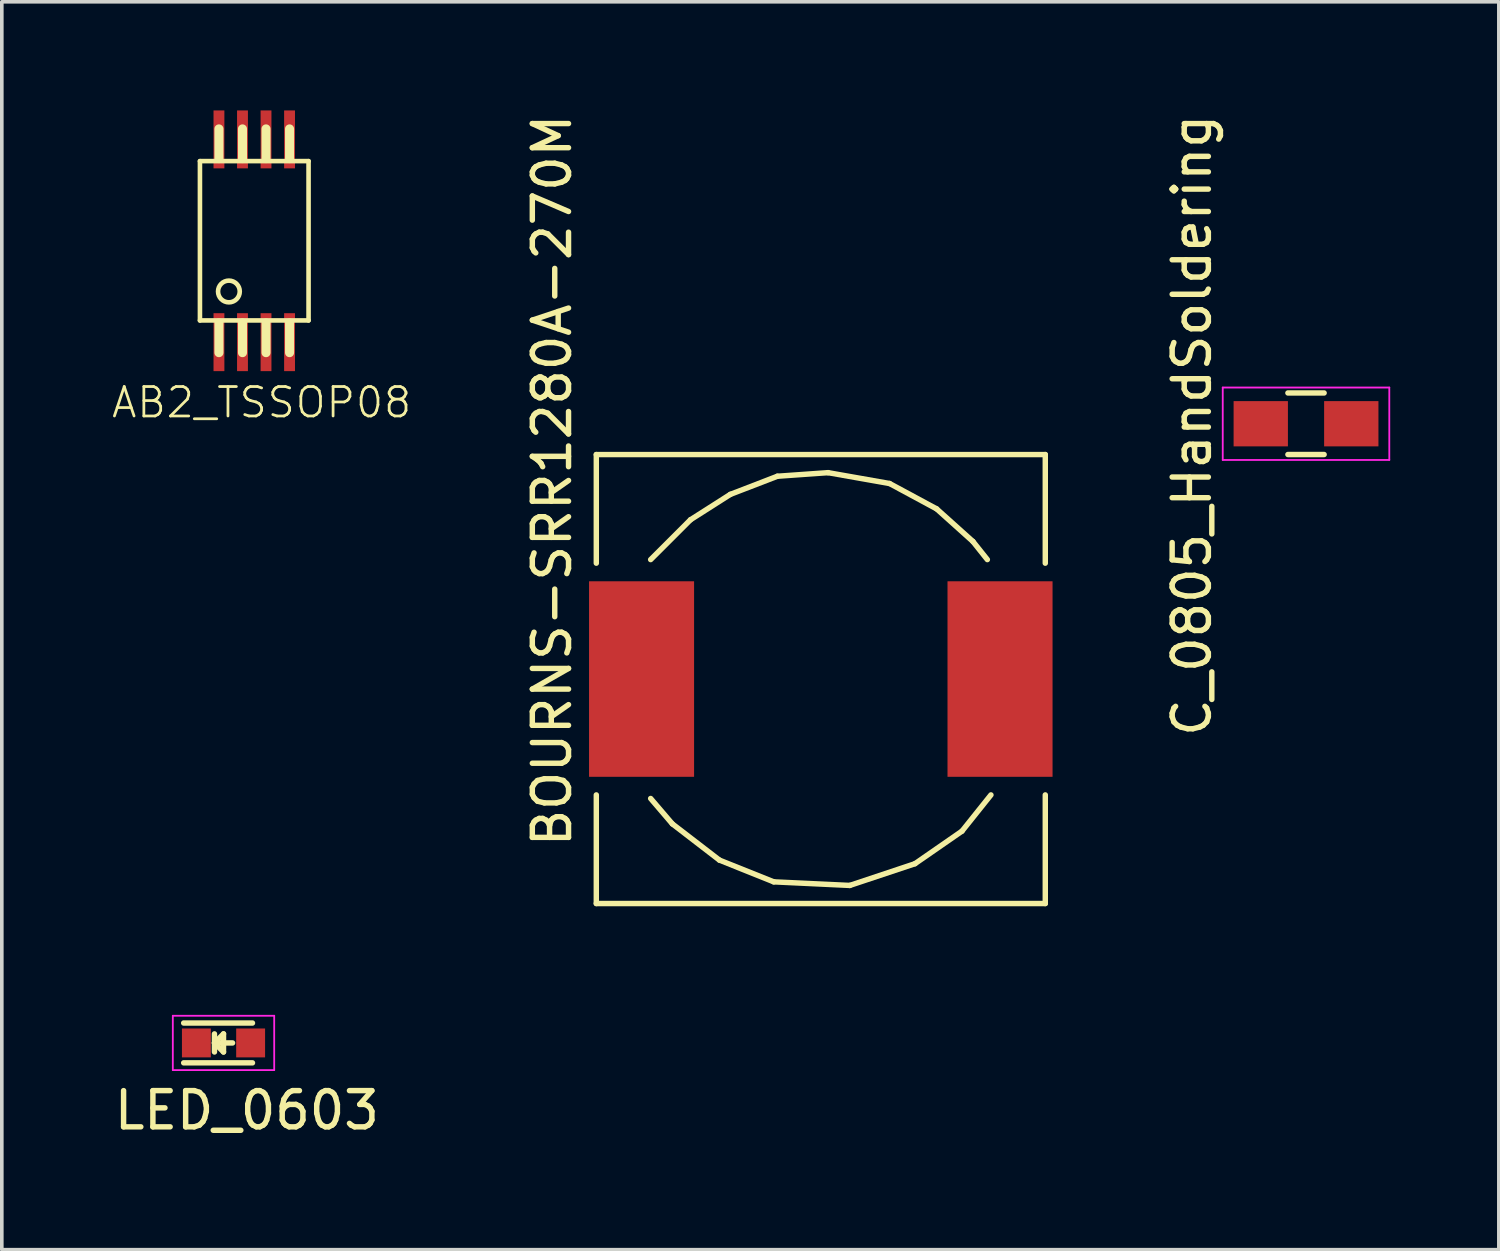
<source format=kicad_pcb>
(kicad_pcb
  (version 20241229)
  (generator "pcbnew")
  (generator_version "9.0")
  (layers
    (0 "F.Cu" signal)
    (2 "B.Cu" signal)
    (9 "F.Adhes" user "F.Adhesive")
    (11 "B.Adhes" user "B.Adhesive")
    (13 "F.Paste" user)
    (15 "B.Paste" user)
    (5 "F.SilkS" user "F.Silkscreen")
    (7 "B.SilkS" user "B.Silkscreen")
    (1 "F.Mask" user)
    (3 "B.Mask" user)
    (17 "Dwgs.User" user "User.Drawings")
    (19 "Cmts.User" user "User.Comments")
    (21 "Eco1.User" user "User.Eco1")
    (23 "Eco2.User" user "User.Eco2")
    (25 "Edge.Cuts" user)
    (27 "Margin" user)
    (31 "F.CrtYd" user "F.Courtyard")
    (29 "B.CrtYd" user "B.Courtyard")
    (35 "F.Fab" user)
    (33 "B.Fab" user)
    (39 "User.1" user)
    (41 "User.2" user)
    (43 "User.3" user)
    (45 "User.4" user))
  (footprint "AB2_TSSOP08"
    (layer "F.Cu")
    (at 3.972 3.6)
    (property "Reference" "AB2_TSSOP08" (at 0.203 4.466 180) (layer "F.SilkS") (effects (font (size 0.813 0.813) (thickness 0.076))))
    (attr through_hole)
    (fp_line (start -1.5 -2.2) (end 1.5 -2.2) (stroke (width 0.127) (type solid)) (layer "F.SilkS"))
    (fp_line (start -1.5 2.2) (end -1.5 -2.2) (stroke (width 0.127) (type solid)) (layer "F.SilkS"))
    (fp_line (start -0.975 -2.27) (end -0.975 -3.09) (stroke (width 0.25) (type solid)) (layer "F.SilkS"))
    (fp_line (start -0.975 2.27) (end -0.975 3.09) (stroke (width 0.25) (type solid)) (layer "F.SilkS"))
    (fp_line (start -0.325 -2.27) (end -0.325 -3.09) (stroke (width 0.25) (type solid)) (layer "F.SilkS"))
    (fp_line (start -0.325 2.27) (end -0.325 3.09) (stroke (width 0.25) (type solid)) (layer "F.SilkS"))
    (fp_line (start 0.325 -2.27) (end 0.325 -3.09) (stroke (width 0.25) (type solid)) (layer "F.SilkS"))
    (fp_line (start 0.325 2.27) (end 0.325 3.09) (stroke (width 0.25) (type solid)) (layer "F.SilkS"))
    (fp_line (start 0.975 -2.27) (end 0.975 -3.09) (stroke (width 0.25) (type solid)) (layer "F.SilkS"))
    (fp_line (start 0.975 2.27) (end 0.975 3.09) (stroke (width 0.25) (type solid)) (layer "F.SilkS"))
    (fp_line (start 1.5 -2.2) (end 1.5 2.2) (stroke (width 0.127) (type solid)) (layer "F.SilkS"))
    (fp_line (start 1.5 2.2) (end -1.5 2.2) (stroke (width 0.127) (type solid)) (layer "F.SilkS"))
    (fp_circle (center -0.7 1.4) (end -0.7 1.1) (stroke (width 0.127) (type solid)) (fill no) (layer "F.SilkS"))
    (pad "1" smd rect (at -0.975 2.8) (size 0.3 1.6) (layers "F.Cu" "F.Mask" "F.Paste"))
    (pad "2" smd rect (at -0.325 2.8) (size 0.3 1.6) (layers "F.Cu" "F.Mask" "F.Paste"))
    (pad "3" smd rect (at 0.325 2.8) (size 0.3 1.6) (layers "F.Cu" "F.Mask" "F.Paste"))
    (pad "4" smd rect (at 0.975 2.8) (size 0.3 1.6) (layers "F.Cu" "F.Mask" "F.Paste"))
    (pad "5" smd rect (at 0.975 -2.8) (size 0.3 1.6) (layers "F.Cu" "F.Mask" "F.Paste"))
    (pad "6" smd rect (at 0.325 -2.8) (size 0.3 1.6) (layers "F.Cu" "F.Mask" "F.Paste"))
    (pad "7" smd rect (at -0.325 -2.8) (size 0.3 1.6) (layers "F.Cu" "F.Mask" "F.Paste"))
    (pad "8" smd rect (at -0.975 -2.8) (size 0.3 1.6) (layers "F.Cu" "F.Mask" "F.Paste")))
  (footprint "C_0805_HandSoldering"
    (layer "F.Cu")
    (at 33.02 8.653)
    (property "Reference" "C_0805_HandSoldering" (at -3.152 0.043 90) (layer "F.SilkS") (effects (font (size 1 1) (thickness 0.15))))
    (attr smd)
    (fp_line (start -0.5 0.85) (end 0.5 0.85) (stroke (width 0.15) (type solid)) (layer "F.SilkS"))
    (fp_line (start 0.5 -0.85) (end -0.5 -0.85) (stroke (width 0.15) (type solid)) (layer "F.SilkS"))
    (fp_line (start -2.3 -1) (end -2.3 1) (stroke (width 0.05) (type solid)) (layer "F.CrtYd"))
    (fp_line (start -2.3 -1) (end 2.3 -1) (stroke (width 0.05) (type solid)) (layer "F.CrtYd"))
    (fp_line (start -2.3 1) (end 2.3 1) (stroke (width 0.05) (type solid)) (layer "F.CrtYd"))
    (fp_line (start 2.3 -1) (end 2.3 1) (stroke (width 0.05) (type solid)) (layer "F.CrtYd"))
    (pad "1" smd rect (at -1.25 0) (size 1.5 1.25) (layers "F.Cu" "F.Mask" "F.Paste"))
    (pad "2" smd rect (at 1.25 0) (size 1.5 1.25) (layers "F.Cu" "F.Mask" "F.Paste")))
  (footprint "BOURNS-SRR1280A-270M"
    (layer "F.Cu")
    (at 19.619 15.704)
    (property "Reference" "BOURNS-SRR1280A-270M" (at -7.422 -5.484 90) (layer "F.SilkS") (effects (font (size 1 1) (thickness 0.15))))
    (attr smd)
    (fp_line (start -6.2 -6.2) (end -6.2 -3.2) (stroke (width 0.15) (type solid)) (layer "F.SilkS"))
    (fp_line (start -6.2 3.2) (end -6.2 6.2) (stroke (width 0.15) (type solid)) (layer "F.SilkS"))
    (fp_line (start -6.2 6.2) (end 6.2 6.2) (stroke (width 0.15) (type solid)) (layer "F.SilkS"))
    (fp_line (start -4.699 3.299) (end -4.1 4) (stroke (width 0.15) (type solid)) (layer "F.SilkS"))
    (fp_line (start -4.1 4) (end -2.799 5.001) (stroke (width 0.15) (type solid)) (layer "F.SilkS"))
    (fp_line (start -3.599 -4.399) (end -4.699 -3.299) (stroke (width 0.15) (type solid)) (layer "F.SilkS"))
    (fp_line (start -2.799 5.001) (end -1.3 5.601) (stroke (width 0.15) (type solid)) (layer "F.SilkS"))
    (fp_line (start -2.499 -5.1) (end -3.599 -4.399) (stroke (width 0.15) (type solid)) (layer "F.SilkS"))
    (fp_line (start -1.3 5.601) (end 0.8 5.7) (stroke (width 0.15) (type solid)) (layer "F.SilkS"))
    (fp_line (start -1.199 -5.601) (end -2.499 -5.1) (stroke (width 0.15) (type solid)) (layer "F.SilkS"))
    (fp_line (start 0.201 -5.7) (end -1.199 -5.601) (stroke (width 0.15) (type solid)) (layer "F.SilkS"))
    (fp_line (start 0.8 5.7) (end 2.601 5.1) (stroke (width 0.15) (type solid)) (layer "F.SilkS"))
    (fp_line (start 1.9 -5.4) (end 0.201 -5.7) (stroke (width 0.15) (type solid)) (layer "F.SilkS"))
    (fp_line (start 2.601 5.1) (end 3.899 4.201) (stroke (width 0.15) (type solid)) (layer "F.SilkS"))
    (fp_line (start 3.2 -4.699) (end 1.9 -5.4) (stroke (width 0.15) (type solid)) (layer "F.SilkS"))
    (fp_line (start 3.899 4.201) (end 4.699 3.2) (stroke (width 0.15) (type solid)) (layer "F.SilkS"))
    (fp_line (start 4.201 -3.8) (end 3.2 -4.699) (stroke (width 0.15) (type solid)) (layer "F.SilkS"))
    (fp_line (start 4.6 -3.299) (end 4.201 -3.8) (stroke (width 0.15) (type solid)) (layer "F.SilkS"))
    (fp_line (start 6.2 -6.2) (end -6.2 -6.2) (stroke (width 0.15) (type solid)) (layer "F.SilkS"))
    (fp_line (start 6.2 -3.2) (end 6.2 -6.2) (stroke (width 0.15) (type solid)) (layer "F.SilkS"))
    (fp_line (start 6.2 6.2) (end 6.2 3.2) (stroke (width 0.15) (type solid)) (layer "F.SilkS"))
    (pad "1" smd rect (at -4.95 0) (size 2.901 5.4) (layers "F.Cu" "F.Mask" "F.Paste"))
    (pad "2" smd rect (at 4.95 0) (size 2.901 5.4) (layers "F.Cu" "F.Mask" "F.Paste")))
  (footprint "LED_0603"
    (layer "F.Cu")
    (at 3.123 25.754)
    (property "Reference" "LED_0603" (at 0.645 1.862 0) (layer "F.SilkS") (effects (font (size 1 1) (thickness 0.15))))
    (attr smd)
    (fp_line (start -1.1 -0.55) (end 0.8 -0.55) (stroke (width 0.15) (type solid)) (layer "F.SilkS"))
    (fp_line (start -1.1 0.55) (end 0.8 0.55) (stroke (width 0.15) (type solid)) (layer "F.SilkS"))
    (fp_line (start -0.25 -0.25) (end -0.25 0.25) (stroke (width 0.15) (type solid)) (layer "F.SilkS"))
    (fp_line (start -0.25 0) (end 0 -0.25) (stroke (width 0.15) (type solid)) (layer "F.SilkS"))
    (fp_line (start -0.2 0) (end 0.25 0) (stroke (width 0.15) (type solid)) (layer "F.SilkS"))
    (fp_line (start 0 -0.25) (end 0 0.25) (stroke (width 0.15) (type solid)) (layer "F.SilkS"))
    (fp_line (start 0 0.25) (end -0.25 0) (stroke (width 0.15) (type solid)) (layer "F.SilkS"))
    (fp_line (start -1.4 -0.75) (end 1.4 -0.75) (stroke (width 0.05) (type solid)) (layer "F.CrtYd"))
    (fp_line (start -1.4 0.75) (end -1.4 -0.75) (stroke (width 0.05) (type solid)) (layer "F.CrtYd"))
    (fp_line (start 1.4 -0.75) (end 1.4 0.75) (stroke (width 0.05) (type solid)) (layer "F.CrtYd"))
    (fp_line (start 1.4 0.75) (end -1.4 0.75) (stroke (width 0.05) (type solid)) (layer "F.CrtYd"))
    (pad "1" smd rect (at -0.749 0 180) (size 0.798 0.798) (layers "F.Cu" "F.Mask" "F.Paste"))
    (pad "2" smd rect (at 0.749 0 180) (size 0.798 0.798) (layers "F.Cu" "F.Mask" "F.Paste")))
  (gr_rect
    (start -3 -3)
    (end 38.345 31.464)
    (stroke (width 0.1) (type default))
    (fill no)
    (layer "Edge.Cuts")))
</source>
